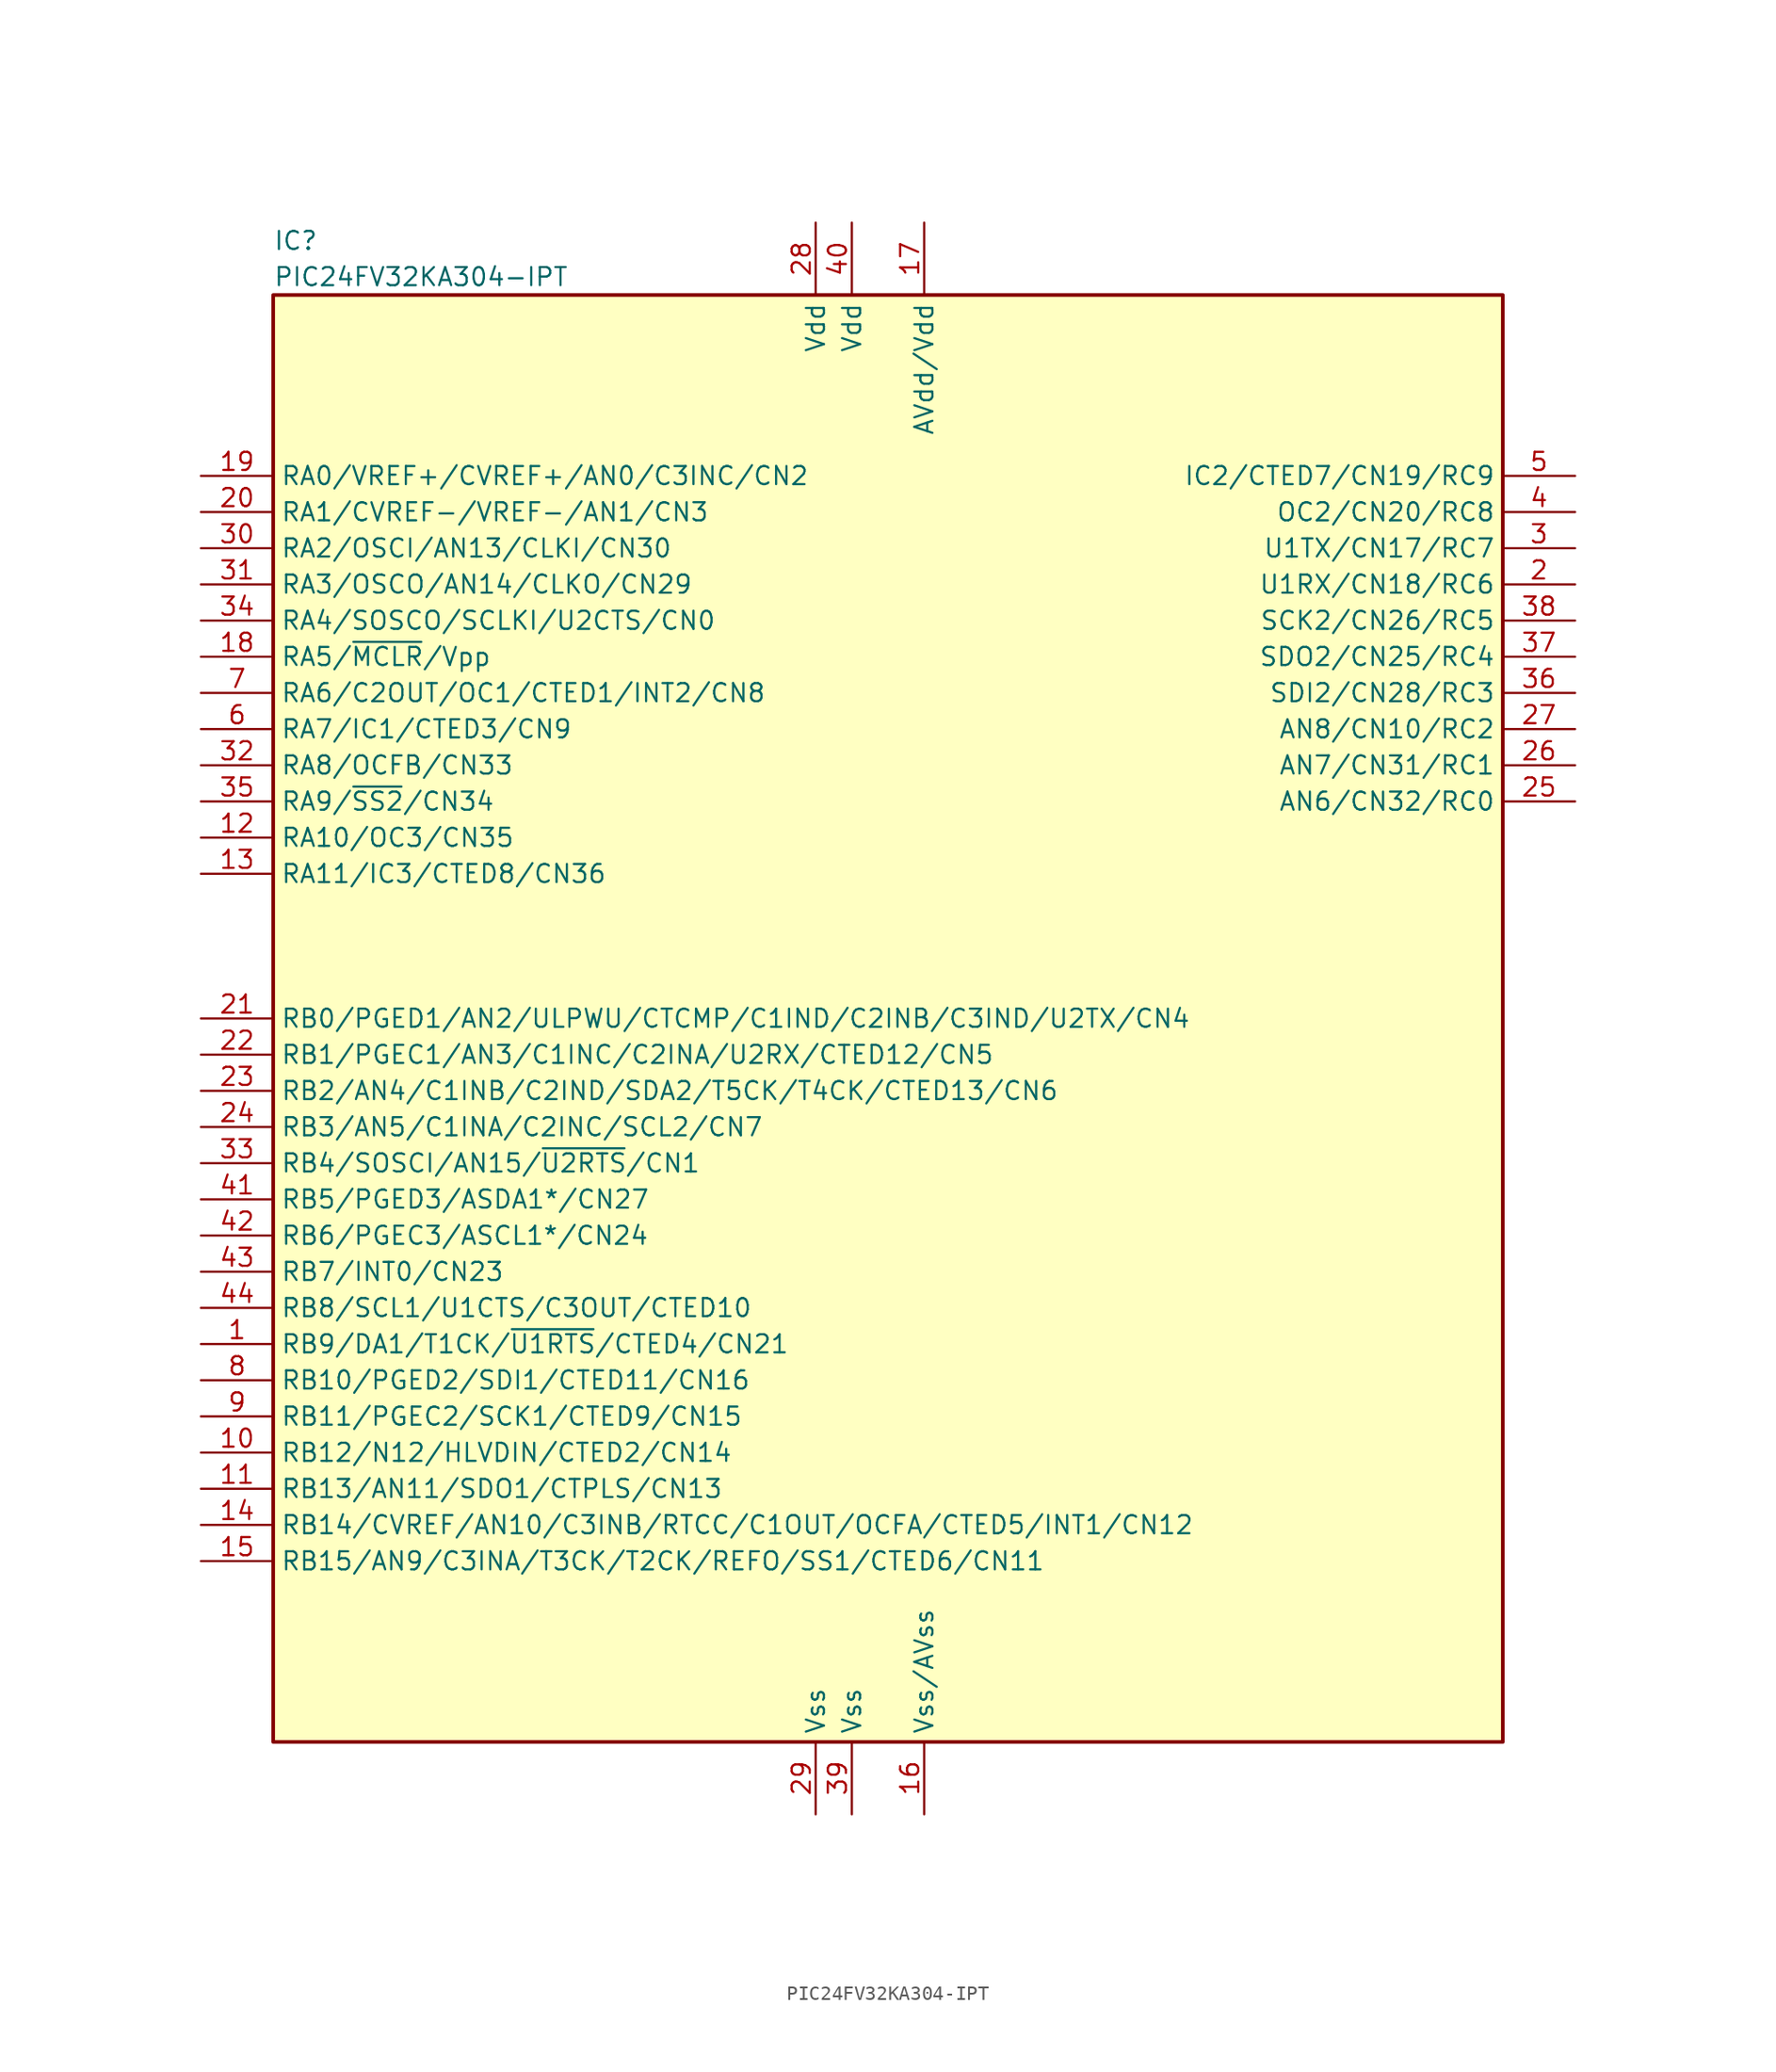
<source format=kicad_sym>
(kicad_symbol_lib
  (version 20211014)
  (generator kicad_symbol_editor)
  (symbol "PIC24FV32KA304-IPT"
    (property "Reference" "IC"
      (at -43.18 54.61 0)
      (effects (font (size 1.27 1.27)) (justify left)))
    (property "Value" "PIC24FV32KA304-IPT"
      (at -43.18 52.07 0)
      (effects (font (size 1.27 1.27)) (justify left)))
    (symbol "PIC24FV32KA304-IPT_1_0"
      (rectangle (start -43.18 -50.8) (end 43.18 50.8) (stroke (width 0.254) (type default) (color 0 0 0 0)) (fill (type background))))
    (symbol "PIC24FV32KA304-IPT_1_1"
      (pin bidirectional line (at -48.26 -22.86 0) (length 5.08) (name "RB9/DA1/T1CK/~{U1RTS}/CTED4/CN21" (effects (font (size 1.27 1.27)))) (number "1" (effects (font (size 1.27 1.27)))))
      (pin bidirectional line (at -48.26 -30.48 0) (length 5.08) (name "RB12/N12/HLVDIN/CTED2/CN14" (effects (font (size 1.27 1.27)))) (number "10" (effects (font (size 1.27 1.27)))))
      (pin bidirectional line (at -48.26 -33.02 0) (length 5.08) (name "RB13/AN11/SDO1/CTPLS/CN13" (effects (font (size 1.27 1.27)))) (number "11" (effects (font (size 1.27 1.27)))))
      (pin bidirectional line (at -48.26 12.7 0) (length 5.08) (name "RA10/OC3/CN35" (effects (font (size 1.27 1.27)))) (number "12" (effects (font (size 1.27 1.27)))))
      (pin bidirectional line (at -48.26 10.16 0) (length 5.08) (name "RA11/IC3/CTED8/CN36" (effects (font (size 1.27 1.27)))) (number "13" (effects (font (size 1.27 1.27)))))
      (pin bidirectional line (at -48.26 -35.56 0) (length 5.08) (name "RB14/CVREF/AN10/C3INB/RTCC/C1OUT/OCFA/CTED5/INT1/CN12" (effects (font (size 1.27 1.27)))) (number "14" (effects (font (size 1.27 1.27)))))
      (pin bidirectional line (at -48.26 -38.1 0) (length 5.08) (name "RB15/AN9/C3INA/T3CK/T2CK/REFO/SS1/CTED6/CN11" (effects (font (size 1.27 1.27)))) (number "15" (effects (font (size 1.27 1.27)))))
      (pin power_in line (at 2.54 -55.88 90) (length 5.08) (name "Vss/AVss" (effects (font (size 1.27 1.27)))) (number "16" (effects (font (size 1.27 1.27)))))
      (pin power_in line (at 2.54 55.88 270) (length 5.08) (name "AVdd/Vdd" (effects (font (size 1.27 1.27)))) (number "17" (effects (font (size 1.27 1.27)))))
      (pin bidirectional line (at -48.26 25.4 0) (length 5.08) (name "RA5/~{MCLR}/Vpp" (effects (font (size 1.27 1.27)))) (number "18" (effects (font (size 1.27 1.27)))))
      (pin bidirectional line (at -48.26 38.1 0) (length 5.08) (name "RA0/VREF+/CVREF+/AN0/C3INC/CN2" (effects (font (size 1.27 1.27)))) (number "19" (effects (font (size 1.27 1.27)))))
      (pin bidirectional line (at 48.26 30.48 180) (length 5.08) (name "U1RX/CN18/RC6" (effects (font (size 1.27 1.27)))) (number "2" (effects (font (size 1.27 1.27)))))
      (pin bidirectional line (at -48.26 35.56 0) (length 5.08) (name "RA1/CVREF-/VREF-/AN1/CN3" (effects (font (size 1.27 1.27)))) (number "20" (effects (font (size 1.27 1.27)))))
      (pin bidirectional line (at -48.26 0 0) (length 5.08) (name "RB0/PGED1/AN2/ULPWU/CTCMP/C1IND/C2INB/C3IND/U2TX/CN4" (effects (font (size 1.27 1.27)))) (number "21" (effects (font (size 1.27 1.27)))))
      (pin bidirectional line (at -48.26 -2.54 0) (length 5.08) (name "RB1/PGEC1/AN3/C1INC/C2INA/U2RX/CTED12/CN5" (effects (font (size 1.27 1.27)))) (number "22" (effects (font (size 1.27 1.27)))))
      (pin bidirectional line (at -48.26 -5.08 0) (length 5.08) (name "RB2/AN4/C1INB/C2IND/SDA2/T5CK/T4CK/CTED13/CN6" (effects (font (size 1.27 1.27)))) (number "23" (effects (font (size 1.27 1.27)))))
      (pin bidirectional line (at -48.26 -7.62 0) (length 5.08) (name "RB3/AN5/C1INA/C2INC/SCL2/CN7" (effects (font (size 1.27 1.27)))) (number "24" (effects (font (size 1.27 1.27)))))
      (pin bidirectional line (at 48.26 15.24 180) (length 5.08) (name "AN6/CN32/RC0" (effects (font (size 1.27 1.27)))) (number "25" (effects (font (size 1.27 1.27)))))
      (pin bidirectional line (at 48.26 17.78 180) (length 5.08) (name "AN7/CN31/RC1" (effects (font (size 1.27 1.27)))) (number "26" (effects (font (size 1.27 1.27)))))
      (pin bidirectional line (at 48.26 20.32 180) (length 5.08) (name "AN8/CN10/RC2" (effects (font (size 1.27 1.27)))) (number "27" (effects (font (size 1.27 1.27)))))
      (pin power_in line (at -5.08 55.88 270) (length 5.08) (name "Vdd" (effects (font (size 1.27 1.27)))) (number "28" (effects (font (size 1.27 1.27)))))
      (pin power_in line (at -5.08 -55.88 90) (length 5.08) (name "Vss" (effects (font (size 1.27 1.27)))) (number "29" (effects (font (size 1.27 1.27)))))
      (pin bidirectional line (at 48.26 33.02 180) (length 5.08) (name "U1TX/CN17/RC7" (effects (font (size 1.27 1.27)))) (number "3" (effects (font (size 1.27 1.27)))))
      (pin bidirectional line (at -48.26 33.02 0) (length 5.08) (name "RA2/OSCI/AN13/CLKI/CN30" (effects (font (size 1.27 1.27)))) (number "30" (effects (font (size 1.27 1.27)))))
      (pin bidirectional line (at -48.26 30.48 0) (length 5.08) (name "RA3/OSCO/AN14/CLKO/CN29" (effects (font (size 1.27 1.27)))) (number "31" (effects (font (size 1.27 1.27)))))
      (pin bidirectional line (at -48.26 17.78 0) (length 5.08) (name "RA8/OCFB/CN33" (effects (font (size 1.27 1.27)))) (number "32" (effects (font (size 1.27 1.27)))))
      (pin bidirectional line (at -48.26 -10.16 0) (length 5.08) (name "RB4/SOSCI/AN15/~{U2RTS}/CN1" (effects (font (size 1.27 1.27)))) (number "33" (effects (font (size 1.27 1.27)))))
      (pin bidirectional line (at -48.26 27.94 0) (length 5.08) (name "RA4/SOSCO/SCLKI/U2CTS/CN0" (effects (font (size 1.27 1.27)))) (number "34" (effects (font (size 1.27 1.27)))))
      (pin bidirectional line (at -48.26 15.24 0) (length 5.08) (name "RA9/~{SS2}/CN34" (effects (font (size 1.27 1.27)))) (number "35" (effects (font (size 1.27 1.27)))))
      (pin bidirectional line (at 48.26 22.86 180) (length 5.08) (name "SDI2/CN28/RC3" (effects (font (size 1.27 1.27)))) (number "36" (effects (font (size 1.27 1.27)))))
      (pin bidirectional line (at 48.26 25.4 180) (length 5.08) (name "SDO2/CN25/RC4" (effects (font (size 1.27 1.27)))) (number "37" (effects (font (size 1.27 1.27)))))
      (pin bidirectional line (at 48.26 27.94 180) (length 5.08) (name "SCK2/CN26/RC5" (effects (font (size 1.27 1.27)))) (number "38" (effects (font (size 1.27 1.27)))))
      (pin power_in line (at -2.54 -55.88 90) (length 5.08) (name "Vss" (effects (font (size 1.27 1.27)))) (number "39" (effects (font (size 1.27 1.27)))))
      (pin bidirectional line (at 48.26 35.56 180) (length 5.08) (name "OC2/CN20/RC8" (effects (font (size 1.27 1.27)))) (number "4" (effects (font (size 1.27 1.27)))))
      (pin power_in line (at -2.54 55.88 270) (length 5.08) (name "Vdd" (effects (font (size 1.27 1.27)))) (number "40" (effects (font (size 1.27 1.27)))))
      (pin bidirectional line (at -48.26 -12.7 0) (length 5.08) (name "RB5/PGED3/ASDA1*/CN27" (effects (font (size 1.27 1.27)))) (number "41" (effects (font (size 1.27 1.27)))))
      (pin bidirectional line (at -48.26 -15.24 0) (length 5.08) (name "RB6/PGEC3/ASCL1*/CN24" (effects (font (size 1.27 1.27)))) (number "42" (effects (font (size 1.27 1.27)))))
      (pin bidirectional line (at -48.26 -17.78 0) (length 5.08) (name "RB7/INT0/CN23" (effects (font (size 1.27 1.27)))) (number "43" (effects (font (size 1.27 1.27)))))
      (pin bidirectional line (at -48.26 -20.32 0) (length 5.08) (name "RB8/SCL1/U1CTS/C3OUT/CTED10" (effects (font (size 1.27 1.27)))) (number "44" (effects (font (size 1.27 1.27)))))
      (pin bidirectional line (at 48.26 38.1 180) (length 5.08) (name "IC2/CTED7/CN19/RC9" (effects (font (size 1.27 1.27)))) (number "5" (effects (font (size 1.27 1.27)))))
      (pin bidirectional line (at -48.26 20.32 0) (length 5.08) (name "RA7/IC1/CTED3/CN9" (effects (font (size 1.27 1.27)))) (number "6" (effects (font (size 1.27 1.27)))))
      (pin bidirectional line (at -48.26 22.86 0) (length 5.08) (name "RA6/C2OUT/OC1/CTED1/INT2/CN8" (effects (font (size 1.27 1.27)))) (number "7" (effects (font (size 1.27 1.27)))))
      (pin bidirectional line (at -48.26 -25.4 0) (length 5.08) (name "RB10/PGED2/SDI1/CTED11/CN16" (effects (font (size 1.27 1.27)))) (number "8" (effects (font (size 1.27 1.27)))))
      (pin bidirectional line (at -48.26 -27.94 0) (length 5.08) (name "RB11/PGEC2/SCK1/CTED9/CN15" (effects (font (size 1.27 1.27)))) (number "9" (effects (font (size 1.27 1.27))))))))
</source>
